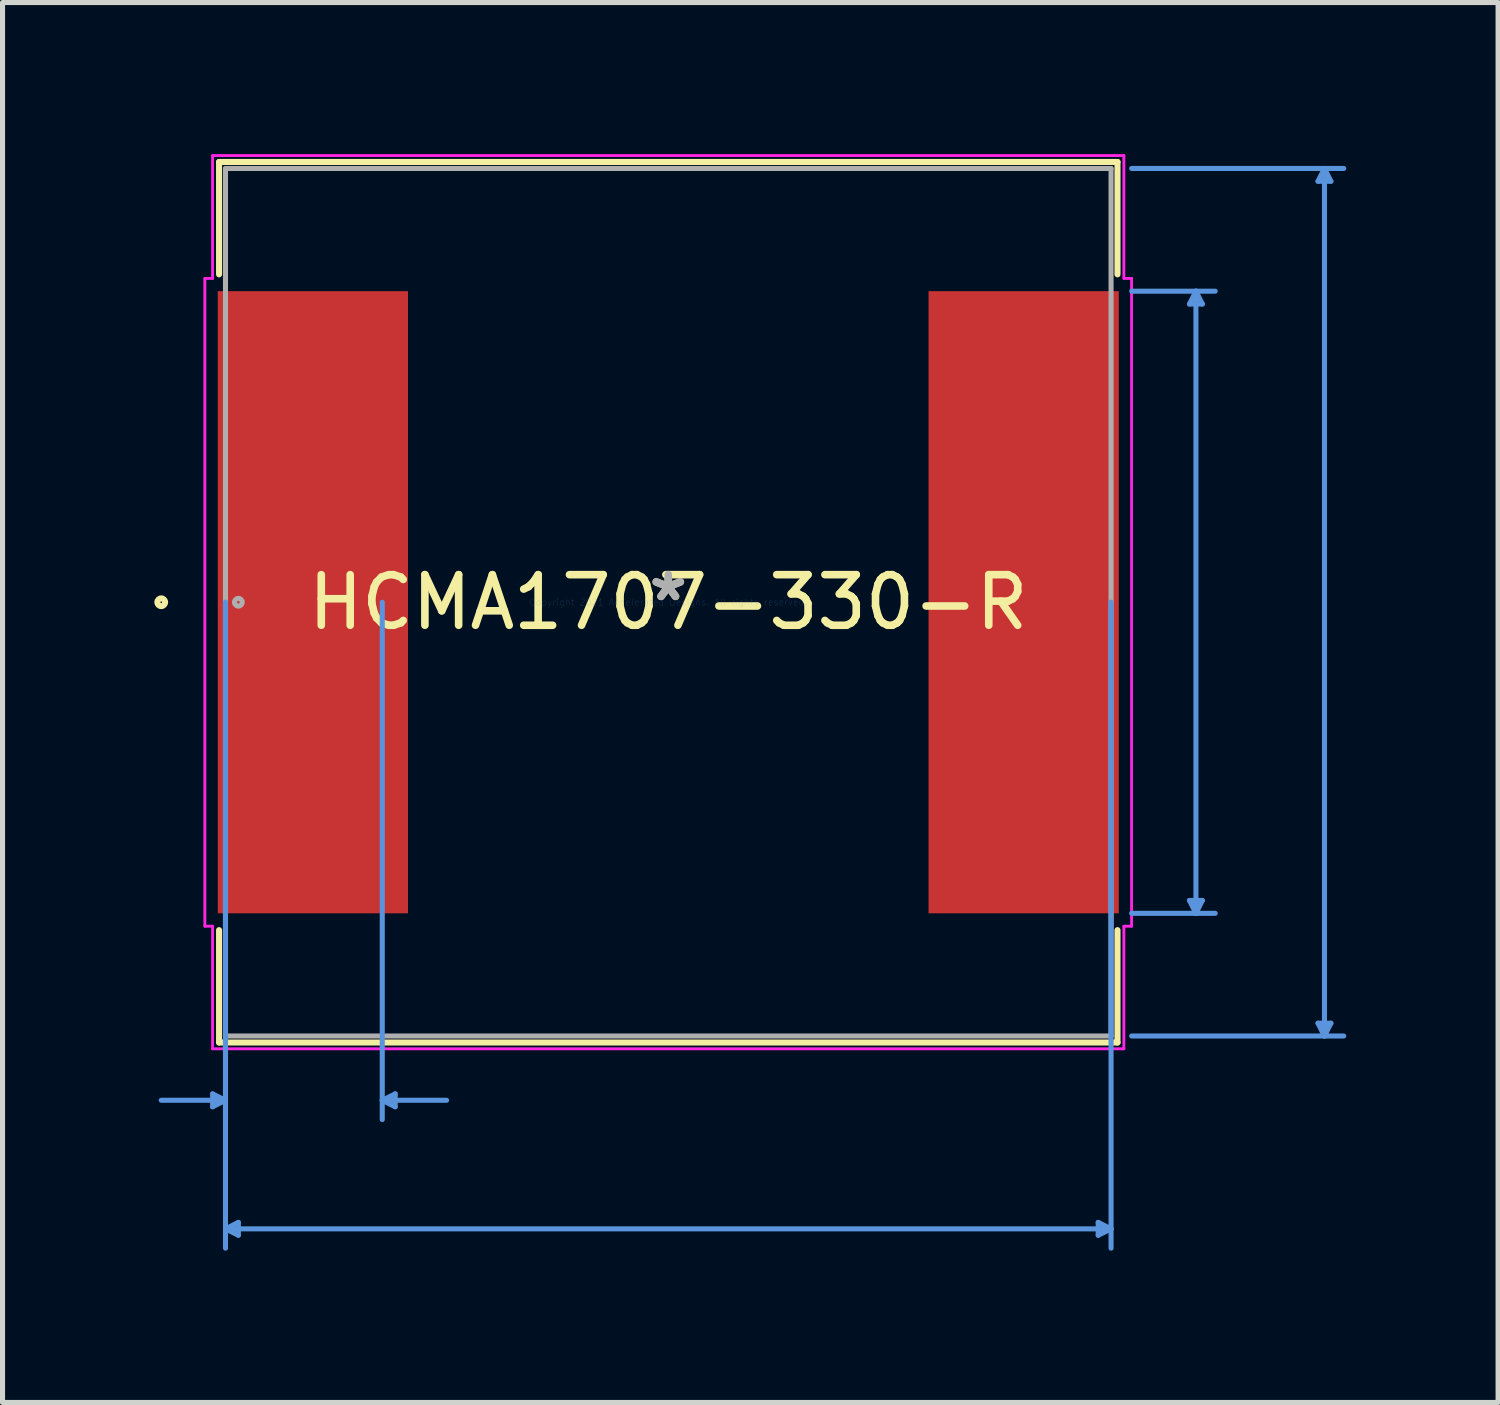
<source format=kicad_pcb>
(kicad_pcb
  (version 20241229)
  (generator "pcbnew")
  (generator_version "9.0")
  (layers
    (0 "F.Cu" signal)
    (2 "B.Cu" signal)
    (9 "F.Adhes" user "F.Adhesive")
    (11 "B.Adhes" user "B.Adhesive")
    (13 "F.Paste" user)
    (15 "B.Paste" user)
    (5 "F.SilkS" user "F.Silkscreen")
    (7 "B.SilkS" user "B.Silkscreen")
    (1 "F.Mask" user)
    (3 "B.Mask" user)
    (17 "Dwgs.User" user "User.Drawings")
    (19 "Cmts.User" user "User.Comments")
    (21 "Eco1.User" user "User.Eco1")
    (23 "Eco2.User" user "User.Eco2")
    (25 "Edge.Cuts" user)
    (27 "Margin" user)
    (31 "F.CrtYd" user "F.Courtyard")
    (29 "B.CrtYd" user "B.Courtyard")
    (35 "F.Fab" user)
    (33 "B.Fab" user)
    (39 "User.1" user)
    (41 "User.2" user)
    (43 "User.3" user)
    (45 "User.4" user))
  (footprint "HCMA1707-330-R"
    (layer "F.Cu")
    (at 10.156 8.851)
    (property "Reference" "HCMA1707-330-R" (at 0 0 0) (layer "F.SilkS") (effects (font (size 1 1) (thickness 0.15))))
    (attr through_hole)
    (fp_line (start -8.877 -8.7) (end -8.877 -6.48) (stroke (width 0.12) (type solid)) (layer "F.SilkS"))
    (fp_line (start -8.877 6.48) (end -8.877 8.7) (stroke (width 0.12) (type solid)) (layer "F.SilkS"))
    (fp_line (start -8.877 8.7) (end 8.877 8.7) (stroke (width 0.12) (type solid)) (layer "F.SilkS"))
    (fp_line (start 8.877 -8.7) (end -8.877 -8.7) (stroke (width 0.12) (type solid)) (layer "F.SilkS"))
    (fp_line (start 8.877 -6.48) (end 8.877 -8.7) (stroke (width 0.12) (type solid)) (layer "F.SilkS"))
    (fp_line (start 8.877 8.7) (end 8.877 6.48) (stroke (width 0.12) (type solid)) (layer "F.SilkS"))
    (fp_circle (center -10.02 0) (end -9.944 0) (stroke (width 0.12) (type solid)) (fill no) (layer "F.SilkS"))
    (fp_line (start -9.004 9.716) (end -9.004 9.97) (stroke (width 0.1) (type solid)) (layer "Cmts.User"))
    (fp_line (start -8.75 0) (end -8.75 10.223) (stroke (width 0.1) (type solid)) (layer "Cmts.User"))
    (fp_line (start -8.75 0) (end -8.75 12.764) (stroke (width 0.1) (type solid)) (layer "Cmts.User"))
    (fp_line (start -8.75 9.842) (end -10.02 9.842) (stroke (width 0.1) (type solid)) (layer "Cmts.User"))
    (fp_line (start -8.75 9.842) (end -9.004 9.716) (stroke (width 0.1) (type solid)) (layer "Cmts.User"))
    (fp_line (start -8.75 9.842) (end -9.004 9.97) (stroke (width 0.1) (type solid)) (layer "Cmts.User"))
    (fp_line (start -8.75 12.383) (end -8.496 12.255) (stroke (width 0.1) (type solid)) (layer "Cmts.User"))
    (fp_line (start -8.75 12.383) (end -8.496 12.509) (stroke (width 0.1) (type solid)) (layer "Cmts.User"))
    (fp_line (start -8.75 12.383) (end 8.75 12.383) (stroke (width 0.1) (type solid)) (layer "Cmts.User"))
    (fp_line (start -8.496 12.255) (end -8.496 12.509) (stroke (width 0.1) (type solid)) (layer "Cmts.User"))
    (fp_line (start -5.652 0) (end -5.652 10.223) (stroke (width 0.1) (type solid)) (layer "Cmts.User"))
    (fp_line (start -5.652 9.842) (end -5.397 9.716) (stroke (width 0.1) (type solid)) (layer "Cmts.User"))
    (fp_line (start -5.652 9.842) (end -5.397 9.97) (stroke (width 0.1) (type solid)) (layer "Cmts.User"))
    (fp_line (start -5.652 9.842) (end -4.381 9.842) (stroke (width 0.1) (type solid)) (layer "Cmts.User"))
    (fp_line (start -5.397 9.716) (end -5.397 9.97) (stroke (width 0.1) (type solid)) (layer "Cmts.User"))
    (fp_line (start 8.496 12.255) (end 8.496 12.509) (stroke (width 0.1) (type solid)) (layer "Cmts.User"))
    (fp_line (start 8.75 0) (end 8.75 12.764) (stroke (width 0.1) (type solid)) (layer "Cmts.User"))
    (fp_line (start 8.75 12.383) (end 8.496 12.255) (stroke (width 0.1) (type solid)) (layer "Cmts.User"))
    (fp_line (start 8.75 12.383) (end 8.496 12.509) (stroke (width 0.1) (type solid)) (layer "Cmts.User"))
    (fp_line (start 9.157 -8.572) (end 13.348 -8.572) (stroke (width 0.1) (type solid)) (layer "Cmts.User"))
    (fp_line (start 9.157 -6.147) (end 10.808 -6.147) (stroke (width 0.1) (type solid)) (layer "Cmts.User"))
    (fp_line (start 9.157 6.147) (end 10.808 6.147) (stroke (width 0.1) (type solid)) (layer "Cmts.User"))
    (fp_line (start 9.157 8.572) (end 13.348 8.572) (stroke (width 0.1) (type solid)) (layer "Cmts.User"))
    (fp_line (start 10.3 -5.893) (end 10.554 -5.893) (stroke (width 0.1) (type solid)) (layer "Cmts.User"))
    (fp_line (start 10.3 5.893) (end 10.554 5.893) (stroke (width 0.1) (type solid)) (layer "Cmts.User"))
    (fp_line (start 10.427 -6.147) (end 10.3 -5.893) (stroke (width 0.1) (type solid)) (layer "Cmts.User"))
    (fp_line (start 10.427 -6.147) (end 10.427 6.147) (stroke (width 0.1) (type solid)) (layer "Cmts.User"))
    (fp_line (start 10.427 -6.147) (end 10.554 -5.893) (stroke (width 0.1) (type solid)) (layer "Cmts.User"))
    (fp_line (start 10.427 6.147) (end 10.3 5.893) (stroke (width 0.1) (type solid)) (layer "Cmts.User"))
    (fp_line (start 10.427 6.147) (end 10.554 5.893) (stroke (width 0.1) (type solid)) (layer "Cmts.User"))
    (fp_line (start 12.84 -8.319) (end 13.094 -8.319) (stroke (width 0.1) (type solid)) (layer "Cmts.User"))
    (fp_line (start 12.84 8.319) (end 13.094 8.319) (stroke (width 0.1) (type solid)) (layer "Cmts.User"))
    (fp_line (start 12.967 -8.572) (end 12.84 -8.319) (stroke (width 0.1) (type solid)) (layer "Cmts.User"))
    (fp_line (start 12.967 -8.572) (end 12.967 8.572) (stroke (width 0.1) (type solid)) (layer "Cmts.User"))
    (fp_line (start 12.967 -8.572) (end 13.094 -8.319) (stroke (width 0.1) (type solid)) (layer "Cmts.User"))
    (fp_line (start 12.967 8.572) (end 12.84 8.319) (stroke (width 0.1) (type solid)) (layer "Cmts.User"))
    (fp_line (start 12.967 8.572) (end 13.094 8.319) (stroke (width 0.1) (type solid)) (layer "Cmts.User"))
    (fp_line (start -9.157 -6.401) (end -9.004 -6.401) (stroke (width 0.05) (type solid)) (layer "F.CrtYd"))
    (fp_line (start -9.157 -6.401) (end -9.004 -6.401) (stroke (width 0.05) (type solid)) (layer "F.CrtYd"))
    (fp_line (start -9.157 6.401) (end -9.157 -6.401) (stroke (width 0.05) (type solid)) (layer "F.CrtYd"))
    (fp_line (start -9.157 6.401) (end -9.157 -6.401) (stroke (width 0.05) (type solid)) (layer "F.CrtYd"))
    (fp_line (start -9.004 -8.826) (end 9.004 -8.826) (stroke (width 0.05) (type solid)) (layer "F.CrtYd"))
    (fp_line (start -9.004 -8.826) (end 9.004 -8.826) (stroke (width 0.05) (type solid)) (layer "F.CrtYd"))
    (fp_line (start -9.004 -6.401) (end -9.004 -8.826) (stroke (width 0.05) (type solid)) (layer "F.CrtYd"))
    (fp_line (start -9.004 -6.401) (end -9.004 -8.826) (stroke (width 0.05) (type solid)) (layer "F.CrtYd"))
    (fp_line (start -9.004 6.401) (end -9.157 6.401) (stroke (width 0.05) (type solid)) (layer "F.CrtYd"))
    (fp_line (start -9.004 6.401) (end -9.157 6.401) (stroke (width 0.05) (type solid)) (layer "F.CrtYd"))
    (fp_line (start -9.004 8.826) (end -9.004 6.401) (stroke (width 0.05) (type solid)) (layer "F.CrtYd"))
    (fp_line (start -9.004 8.826) (end -9.004 6.401) (stroke (width 0.05) (type solid)) (layer "F.CrtYd"))
    (fp_line (start 9.004 -8.826) (end 9.004 -6.401) (stroke (width 0.05) (type solid)) (layer "F.CrtYd"))
    (fp_line (start 9.004 -8.826) (end 9.004 -6.401) (stroke (width 0.05) (type solid)) (layer "F.CrtYd"))
    (fp_line (start 9.004 -6.401) (end 9.157 -6.401) (stroke (width 0.05) (type solid)) (layer "F.CrtYd"))
    (fp_line (start 9.004 -6.401) (end 9.157 -6.401) (stroke (width 0.05) (type solid)) (layer "F.CrtYd"))
    (fp_line (start 9.004 6.401) (end 9.004 8.826) (stroke (width 0.05) (type solid)) (layer "F.CrtYd"))
    (fp_line (start 9.004 6.401) (end 9.004 8.826) (stroke (width 0.05) (type solid)) (layer "F.CrtYd"))
    (fp_line (start 9.004 8.826) (end -9.004 8.826) (stroke (width 0.05) (type solid)) (layer "F.CrtYd"))
    (fp_line (start 9.004 8.826) (end -9.004 8.826) (stroke (width 0.05) (type solid)) (layer "F.CrtYd"))
    (fp_line (start 9.157 -6.401) (end 9.157 6.401) (stroke (width 0.05) (type solid)) (layer "F.CrtYd"))
    (fp_line (start 9.157 -6.401) (end 9.157 6.401) (stroke (width 0.05) (type solid)) (layer "F.CrtYd"))
    (fp_line (start 9.157 6.401) (end 9.004 6.401) (stroke (width 0.05) (type solid)) (layer "F.CrtYd"))
    (fp_line (start 9.157 6.401) (end 9.004 6.401) (stroke (width 0.05) (type solid)) (layer "F.CrtYd"))
    (fp_line (start -8.75 -8.572) (end -8.75 8.572) (stroke (width 0.1) (type solid)) (layer "F.Fab"))
    (fp_line (start -8.75 8.572) (end 8.75 8.572) (stroke (width 0.1) (type solid)) (layer "F.Fab"))
    (fp_line (start 8.75 -8.572) (end -8.75 -8.572) (stroke (width 0.1) (type solid)) (layer "F.Fab"))
    (fp_line (start 8.75 8.572) (end 8.75 -8.572) (stroke (width 0.1) (type solid)) (layer "F.Fab"))
    (fp_circle (center -8.496 0) (end -8.42 0) (stroke (width 0.1) (type solid)) (fill no) (layer "F.Fab"))
    (fp_text user "*" (at 0 0 0) (layer "F.SilkS") (effects (font (size 1 1) (thickness 0.15))))
    (fp_text user "Copyright 2021 Accelerated Designs. All rights reserved." (at 0 0 0) (layer "Cmts.User") (effects (font (size 0.127 0.127) (thickness 0.002))))
    (fp_text user "*" (at 0 0 0) (layer "F.Fab") (effects (font (size 1 1) (thickness 0.15))))
    (pad "1" smd rect (at -7.023 0 90) (size 12.294 3.759) (layers "F.Cu" "F.Mask" "F.Paste"))
    (pad "2" smd rect (at 7.023 0 90) (size 12.294 3.759) (layers "F.Cu" "F.Mask" "F.Paste")))
  (gr_rect
    (start -3 -3)
    (end 26.554 24.665)
    (stroke (width 0.1) (type default))
    (fill no)
    (layer "Edge.Cuts")))
</source>
